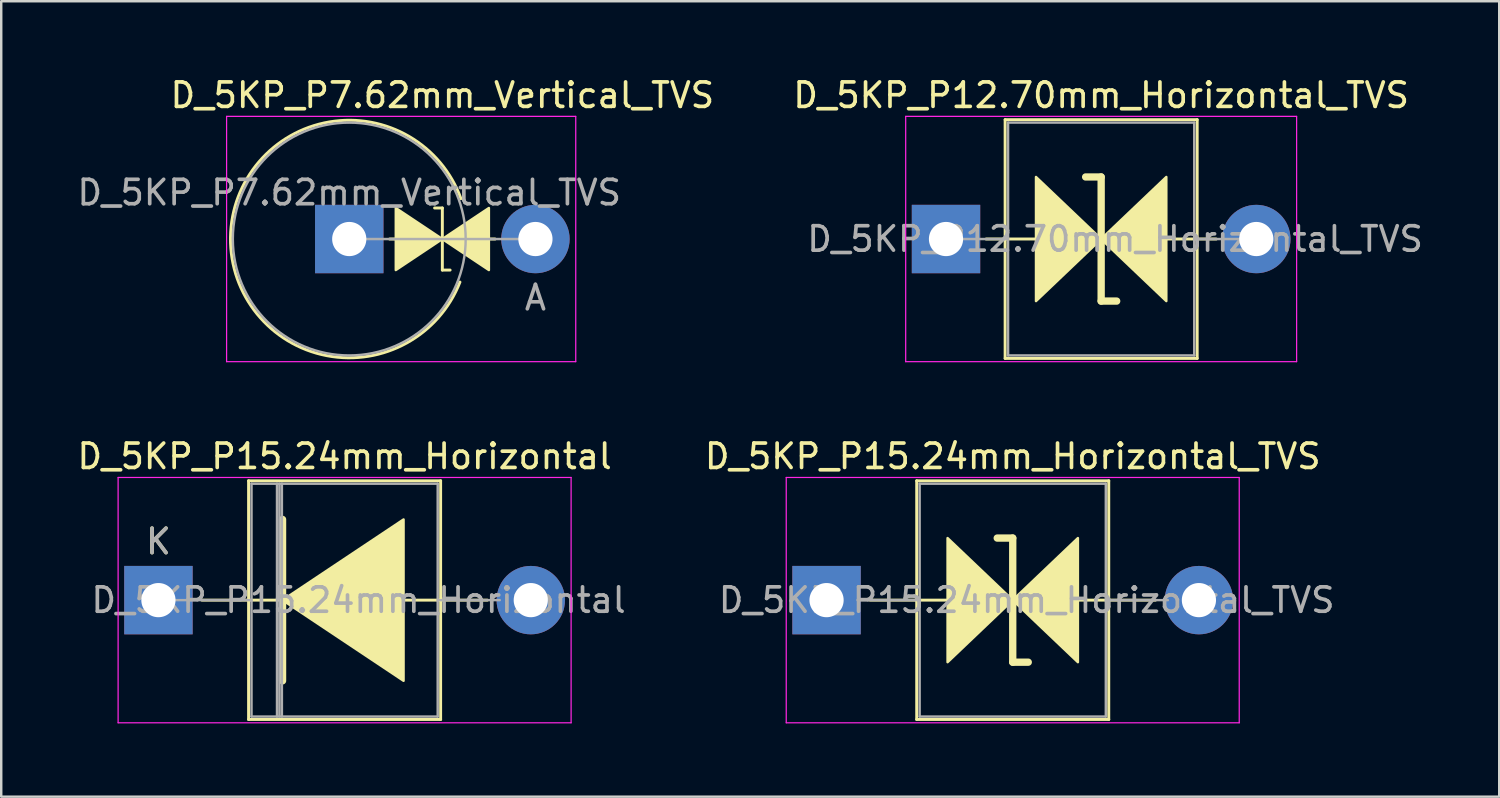
<source format=kicad_pcb>
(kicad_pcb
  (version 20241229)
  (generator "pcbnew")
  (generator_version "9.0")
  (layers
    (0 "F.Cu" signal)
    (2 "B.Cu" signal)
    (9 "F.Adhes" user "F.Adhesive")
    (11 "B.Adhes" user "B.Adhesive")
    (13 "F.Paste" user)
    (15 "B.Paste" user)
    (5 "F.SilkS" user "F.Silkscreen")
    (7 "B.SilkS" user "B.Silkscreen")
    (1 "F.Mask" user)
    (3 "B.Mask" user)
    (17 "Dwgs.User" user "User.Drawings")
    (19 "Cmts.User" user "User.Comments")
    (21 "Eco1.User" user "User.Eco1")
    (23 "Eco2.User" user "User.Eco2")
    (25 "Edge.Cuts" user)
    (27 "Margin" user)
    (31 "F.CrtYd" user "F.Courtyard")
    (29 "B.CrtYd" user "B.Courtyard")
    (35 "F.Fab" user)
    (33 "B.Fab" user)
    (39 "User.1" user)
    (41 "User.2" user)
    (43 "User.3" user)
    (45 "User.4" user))
  (footprint "D_5KP_P12.70mm_Horizontal_TVS"
    (layer "F.Cu")
    (at 35.668 6.733)
    (property "Reference" "D_5KP_P12.70mm_Horizontal_TVS" (at 6.35 -5.885 0) (layer "F.SilkS") (effects (font (size 1 1) (thickness 0.15))))
    (attr through_hole)
    (fp_line (start 1.64 0) (end 2.42 0) (stroke (width 0.12) (type solid)) (layer "F.SilkS"))
    (fp_line (start 2.42 -4.885) (end 2.42 4.885) (stroke (width 0.12) (type solid)) (layer "F.SilkS"))
    (fp_line (start 2.42 0) (end 3.683 0) (stroke (width 0.12) (type solid)) (layer "F.SilkS"))
    (fp_line (start 2.42 4.885) (end 10.28 4.885) (stroke (width 0.12) (type solid)) (layer "F.SilkS"))
    (fp_line (start 6.35 -2.54) (end 5.715 -2.54) (stroke (width 0.3) (type solid)) (layer "F.SilkS"))
    (fp_line (start 6.35 2.54) (end 6.35 -2.54) (stroke (width 0.3) (type solid)) (layer "F.SilkS"))
    (fp_line (start 6.985 2.54) (end 6.35 2.54) (stroke (width 0.3) (type solid)) (layer "F.SilkS"))
    (fp_line (start 10.28 -4.885) (end 2.42 -4.885) (stroke (width 0.12) (type solid)) (layer "F.SilkS"))
    (fp_line (start 10.28 0) (end 9.017 0) (stroke (width 0.12) (type solid)) (layer "F.SilkS"))
    (fp_line (start 10.28 4.885) (end 10.28 -4.885) (stroke (width 0.12) (type solid)) (layer "F.SilkS"))
    (fp_line (start 11.06 0) (end 10.28 0) (stroke (width 0.12) (type solid)) (layer "F.SilkS"))
    (fp_poly (pts (xy 6.35 0) (xy 3.683 2.54) (xy 3.683 -2.54)) (stroke (width 0.1) (type solid)) (fill yes) (layer "F.SilkS"))
    (fp_poly (pts (xy 6.35 0) (xy 9.017 -2.54) (xy 9.017 2.54)) (stroke (width 0.1) (type solid)) (fill yes) (layer "F.SilkS"))
    (fp_line (start -1.65 -5.02) (end -1.65 5.02) (stroke (width 0.05) (type solid)) (layer "F.CrtYd"))
    (fp_line (start -1.65 5.02) (end 14.35 5.02) (stroke (width 0.05) (type solid)) (layer "F.CrtYd"))
    (fp_line (start 14.35 -5.02) (end -1.65 -5.02) (stroke (width 0.05) (type solid)) (layer "F.CrtYd"))
    (fp_line (start 14.35 5.02) (end 14.35 -5.02) (stroke (width 0.05) (type solid)) (layer "F.CrtYd"))
    (fp_line (start 0 0) (end 2.54 0) (stroke (width 0.1) (type solid)) (layer "F.Fab"))
    (fp_line (start 2.54 -4.765) (end 2.54 4.765) (stroke (width 0.1) (type solid)) (layer "F.Fab"))
    (fp_line (start 2.54 4.765) (end 10.16 4.765) (stroke (width 0.1) (type solid)) (layer "F.Fab"))
    (fp_line (start 10.16 -4.765) (end 2.54 -4.765) (stroke (width 0.1) (type solid)) (layer "F.Fab"))
    (fp_line (start 10.16 4.765) (end 10.16 -4.765) (stroke (width 0.1) (type solid)) (layer "F.Fab"))
    (fp_line (start 12.7 0) (end 10.16 0) (stroke (width 0.1) (type solid)) (layer "F.Fab"))
    (fp_text user "${REFERENCE}" (at 6.921 0 0) (layer "F.Fab") (effects (font (size 1 1) (thickness 0.15))))
    (pad "1" thru_hole rect (at 0 0) (size 2.8 2.8) (drill 1.4) (layers "*.Cu" "*.Mask"))
    (pad "2" thru_hole oval (at 12.7 0) (size 2.8 2.8) (drill 1.4) (layers "*.Cu" "*.Mask")))
  (footprint "D_5KP_P15.24mm_Horizontal_TVS"
    (layer "F.Cu")
    (at 30.779 21.512)
    (property "Reference" "D_5KP_P15.24mm_Horizontal_TVS" (at 7.62 -5.885 0) (layer "F.SilkS") (effects (font (size 1 1) (thickness 0.15))))
    (attr through_hole)
    (fp_line (start 1.778 0) (end 4.953 0) (stroke (width 0.12) (type solid)) (layer "F.SilkS"))
    (fp_line (start 3.69 -4.885) (end 3.69 4.885) (stroke (width 0.12) (type solid)) (layer "F.SilkS"))
    (fp_line (start 3.69 4.885) (end 11.55 4.885) (stroke (width 0.12) (type solid)) (layer "F.SilkS"))
    (fp_line (start 7.62 -2.54) (end 6.985 -2.54) (stroke (width 0.3) (type solid)) (layer "F.SilkS"))
    (fp_line (start 7.62 2.54) (end 7.62 -2.54) (stroke (width 0.3) (type solid)) (layer "F.SilkS"))
    (fp_line (start 8.255 2.54) (end 7.62 2.54) (stroke (width 0.3) (type solid)) (layer "F.SilkS"))
    (fp_line (start 11.55 -4.885) (end 3.69 -4.885) (stroke (width 0.12) (type solid)) (layer "F.SilkS"))
    (fp_line (start 11.55 4.885) (end 11.55 -4.885) (stroke (width 0.12) (type solid)) (layer "F.SilkS"))
    (fp_line (start 13.462 0) (end 10.287 0) (stroke (width 0.12) (type solid)) (layer "F.SilkS"))
    (fp_poly (pts (xy 7.62 0) (xy 4.953 2.54) (xy 4.953 -2.54)) (stroke (width 0.1) (type solid)) (fill yes) (layer "F.SilkS"))
    (fp_poly (pts (xy 7.62 0) (xy 10.287 -2.54) (xy 10.287 2.54)) (stroke (width 0.1) (type solid)) (fill yes) (layer "F.SilkS"))
    (fp_line (start -1.65 -5.02) (end -1.65 5.02) (stroke (width 0.05) (type solid)) (layer "F.CrtYd"))
    (fp_line (start -1.65 5.02) (end 16.89 5.02) (stroke (width 0.05) (type solid)) (layer "F.CrtYd"))
    (fp_line (start 16.89 -5.02) (end -1.65 -5.02) (stroke (width 0.05) (type solid)) (layer "F.CrtYd"))
    (fp_line (start 16.89 5.02) (end 16.89 -5.02) (stroke (width 0.05) (type solid)) (layer "F.CrtYd"))
    (fp_line (start 1.27 0) (end 3.81 0) (stroke (width 0.1) (type solid)) (layer "F.Fab"))
    (fp_line (start 3.81 -4.765) (end 3.81 4.765) (stroke (width 0.1) (type solid)) (layer "F.Fab"))
    (fp_line (start 3.81 4.765) (end 11.43 4.765) (stroke (width 0.1) (type solid)) (layer "F.Fab"))
    (fp_line (start 11.43 -4.765) (end 3.81 -4.765) (stroke (width 0.1) (type solid)) (layer "F.Fab"))
    (fp_line (start 11.43 4.765) (end 11.43 -4.765) (stroke (width 0.1) (type solid)) (layer "F.Fab"))
    (fp_line (start 13.97 0) (end 11.43 0) (stroke (width 0.1) (type solid)) (layer "F.Fab"))
    (fp_text user "${REFERENCE}" (at 8.191 0 0) (layer "F.Fab") (effects (font (size 1 1) (thickness 0.15))))
    (pad "1" thru_hole rect (at 0 0) (size 2.8 2.8) (drill 1.4) (layers "*.Cu" "*.Mask"))
    (pad "2" thru_hole oval (at 15.24 0) (size 2.8 2.8) (drill 1.4) (layers "*.Cu" "*.Mask")))
  (footprint "D_5KP_P7.62mm_Vertical_TVS"
    (layer "F.Cu")
    (at 11.244 6.733)
    (property "Reference" "D_5KP_P7.62mm_Vertical_TVS" (at 3.81 -5.885 0) (layer "F.SilkS") (effects (font (size 1 1) (thickness 0.15))))
    (attr through_hole)
    (fp_line (start 1.651 0) (end 5.969 0) (stroke (width 0.12) (type solid)) (layer "F.SilkS"))
    (fp_line (start 3.493 -1.27) (end 3.81 -1.27) (stroke (width 0.12) (type solid)) (layer "F.SilkS"))
    (fp_line (start 3.81 -1.27) (end 3.81 1.27) (stroke (width 0.12) (type solid)) (layer "F.SilkS"))
    (fp_line (start 3.81 1.27) (end 4.128 1.27) (stroke (width 0.12) (type solid)) (layer "F.SilkS"))
    (fp_arc (start 4.530442 1.761839) (mid -4.860605 -0.059187) (end 4.572 -1.650999) (stroke (width 0.12) (type solid)) (layer "F.SilkS"))
    (fp_poly (pts (xy 1.905 -1.27) (xy 3.81 0) (xy 1.905 1.27)) (stroke (width 0.1) (type solid)) (fill yes) (layer "F.SilkS"))
    (fp_poly (pts (xy 5.715 1.27) (xy 3.81 0) (xy 5.715 -1.27)) (stroke (width 0.1) (type solid)) (fill yes) (layer "F.SilkS"))
    (fp_line (start -5.02 -5.02) (end -5.02 5.02) (stroke (width 0.05) (type solid)) (layer "F.CrtYd"))
    (fp_line (start -5.02 5.02) (end 9.27 5.02) (stroke (width 0.05) (type solid)) (layer "F.CrtYd"))
    (fp_line (start 9.27 -5.02) (end -5.02 -5.02) (stroke (width 0.05) (type solid)) (layer "F.CrtYd"))
    (fp_line (start 9.27 5.02) (end 9.27 -5.02) (stroke (width 0.05) (type solid)) (layer "F.CrtYd"))
    (fp_line (start 0 0) (end 7.62 0) (stroke (width 0.1) (type solid)) (layer "F.Fab"))
    (fp_circle (center 0 0) (end 4.765 0) (stroke (width 0.1) (type solid)) (fill no) (layer "F.Fab"))
    (fp_text user "A" (at 7.62 2.4 0) (layer "F.Fab") (effects (font (size 1 1) (thickness 0.15))))
    (fp_text user "${REFERENCE}" (at 0 -1.9 0) (layer "F.Fab") (effects (font (size 1 1) (thickness 0.15))))
    (pad "1" thru_hole rect (at 0 0) (size 2.8 2.8) (drill 1.4) (layers "*.Cu" "*.Mask"))
    (pad "2" thru_hole oval (at 7.62 0) (size 2.8 2.8) (drill 1.4) (layers "*.Cu" "*.Mask")))
  (footprint "D_5KP_P15.24mm_Horizontal"
    (layer "F.Cu")
    (at 3.434 21.512)
    (property "Reference" "D_5KP_P15.24mm_Horizontal" (at 7.62 -5.885 0) (layer "F.SilkS") (effects (font (size 1 1) (thickness 0.15))))
    (attr through_hole)
    (fp_line (start 1.778 0) (end 4.953 0) (stroke (width 0.12) (type solid)) (layer "F.SilkS"))
    (fp_line (start 3.69 -4.885) (end 3.69 4.885) (stroke (width 0.12) (type solid)) (layer "F.SilkS"))
    (fp_line (start 3.69 4.885) (end 11.55 4.885) (stroke (width 0.12) (type solid)) (layer "F.SilkS"))
    (fp_line (start 5.08 -3.302) (end 5.08 3.302) (stroke (width 0.3) (type solid)) (layer "F.SilkS"))
    (fp_line (start 11.55 -4.885) (end 3.69 -4.885) (stroke (width 0.12) (type solid)) (layer "F.SilkS"))
    (fp_line (start 11.55 4.885) (end 11.55 -4.885) (stroke (width 0.12) (type solid)) (layer "F.SilkS"))
    (fp_line (start 13.462 0) (end 10.07 0) (stroke (width 0.12) (type solid)) (layer "F.SilkS"))
    (fp_poly (pts (xy 10.033 3.302) (xy 5.08 0) (xy 10.033 -3.302)) (stroke (width 0.1) (type solid)) (fill yes) (layer "F.SilkS"))
    (fp_line (start -1.65 -5.02) (end -1.65 5.02) (stroke (width 0.05) (type solid)) (layer "F.CrtYd"))
    (fp_line (start -1.65 5.02) (end 16.89 5.02) (stroke (width 0.05) (type solid)) (layer "F.CrtYd"))
    (fp_line (start 16.89 -5.02) (end -1.65 -5.02) (stroke (width 0.05) (type solid)) (layer "F.CrtYd"))
    (fp_line (start 16.89 5.02) (end 16.89 -5.02) (stroke (width 0.05) (type solid)) (layer "F.CrtYd"))
    (fp_line (start 0 0) (end 3.81 0) (stroke (width 0.1) (type solid)) (layer "F.Fab"))
    (fp_line (start 3.81 -4.765) (end 3.81 4.765) (stroke (width 0.1) (type solid)) (layer "F.Fab"))
    (fp_line (start 3.81 4.765) (end 11.43 4.765) (stroke (width 0.1) (type solid)) (layer "F.Fab"))
    (fp_line (start 4.853 -4.765) (end 4.853 4.765) (stroke (width 0.1) (type solid)) (layer "F.Fab"))
    (fp_line (start 4.953 -4.765) (end 4.953 4.765) (stroke (width 0.1) (type solid)) (layer "F.Fab"))
    (fp_line (start 5.053 -4.765) (end 5.053 4.765) (stroke (width 0.1) (type solid)) (layer "F.Fab"))
    (fp_line (start 11.43 -4.765) (end 3.81 -4.765) (stroke (width 0.1) (type solid)) (layer "F.Fab"))
    (fp_line (start 11.43 4.765) (end 11.43 -4.765) (stroke (width 0.1) (type solid)) (layer "F.Fab"))
    (fp_line (start 13.97 0) (end 11.43 0) (stroke (width 0.1) (type solid)) (layer "F.Fab"))
    (fp_text user "K" (at 0 -2.4 0) (layer "F.SilkS") (effects (font (size 1 1) (thickness 0.15))))
    (fp_text user "K" (at 0 -2.4 0) (layer "F.Fab") (effects (font (size 1 1) (thickness 0.15))))
    (fp_text user "${REFERENCE}" (at 8.191 0 0) (layer "F.Fab") (effects (font (size 1 1) (thickness 0.15))))
    (pad "1" thru_hole rect (at 0 0) (size 2.8 2.8) (drill 1.4) (layers "*.Cu" "*.Mask"))
    (pad "2" thru_hole oval (at 15.24 0) (size 2.8 2.8) (drill 1.4) (layers "*.Cu" "*.Mask")))
  (gr_rect
    (start -3 -3)
    (end 58.31 29.556)
    (stroke (width 0.1) (type default))
    (fill no)
    (layer "Edge.Cuts")))
</source>
